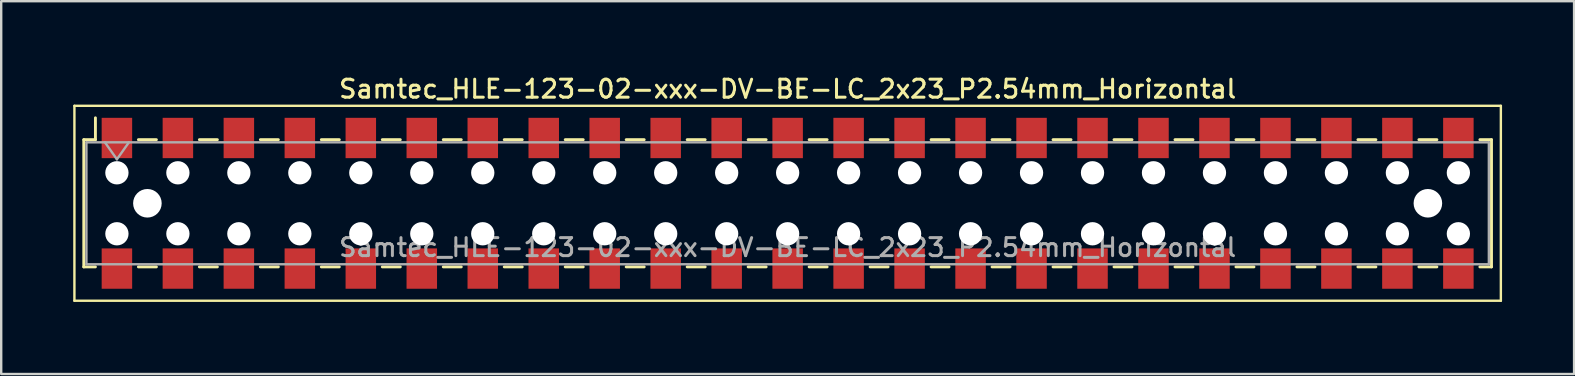
<source format=kicad_pcb>
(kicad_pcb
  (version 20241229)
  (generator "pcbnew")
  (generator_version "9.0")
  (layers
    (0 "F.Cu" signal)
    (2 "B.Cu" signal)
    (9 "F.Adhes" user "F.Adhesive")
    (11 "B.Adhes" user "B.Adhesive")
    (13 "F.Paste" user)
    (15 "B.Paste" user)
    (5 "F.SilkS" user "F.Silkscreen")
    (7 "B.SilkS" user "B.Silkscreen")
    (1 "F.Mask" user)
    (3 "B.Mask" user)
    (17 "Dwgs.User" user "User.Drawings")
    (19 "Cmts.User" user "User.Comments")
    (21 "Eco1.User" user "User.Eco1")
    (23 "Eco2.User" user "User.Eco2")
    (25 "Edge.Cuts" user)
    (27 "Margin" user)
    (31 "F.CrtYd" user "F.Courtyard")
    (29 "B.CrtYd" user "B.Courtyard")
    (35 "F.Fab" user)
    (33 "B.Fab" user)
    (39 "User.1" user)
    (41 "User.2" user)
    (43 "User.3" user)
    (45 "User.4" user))
  (footprint "Samtec_HLE-123-02-xxx-DV-BE-LC_2x23_P2.54mm_Horizontal"
    (layer "F.Cu")
    (at 29.76 5.418)
    (property "Reference" "Samtec_HLE-123-02-xxx-DV-BE-LC_2x23_P2.54mm_Horizontal" (at 0 -4.76 0) (layer "F.SilkS") (effects (font (size 0.75 0.75) (thickness 0.125))))
    (attr smd)
    (fp_line (start -29.71 -4.06) (end 29.71 -4.06) (stroke (width 0.1) (type solid)) (layer "F.SilkS"))
    (fp_line (start -29.71 4.06) (end -29.71 -4.06) (stroke (width 0.1) (type solid)) (layer "F.SilkS"))
    (fp_line (start -29.32 -2.65) (end -29.32 2.65) (stroke (width 0.12) (type solid)) (layer "F.SilkS"))
    (fp_line (start -29.32 2.65) (end -28.835 2.65) (stroke (width 0.12) (type solid)) (layer "F.SilkS"))
    (fp_line (start -28.835 -3.56) (end -28.835 -2.65) (stroke (width 0.12) (type solid)) (layer "F.SilkS"))
    (fp_line (start -28.835 -2.65) (end -29.32 -2.65) (stroke (width 0.12) (type solid)) (layer "F.SilkS"))
    (fp_line (start -27.045 -2.65) (end -26.295 -2.65) (stroke (width 0.12) (type solid)) (layer "F.SilkS"))
    (fp_line (start -27.045 2.65) (end -26.295 2.65) (stroke (width 0.12) (type solid)) (layer "F.SilkS"))
    (fp_line (start -24.505 -2.65) (end -23.755 -2.65) (stroke (width 0.12) (type solid)) (layer "F.SilkS"))
    (fp_line (start -24.505 2.65) (end -23.755 2.65) (stroke (width 0.12) (type solid)) (layer "F.SilkS"))
    (fp_line (start -21.965 -2.65) (end -21.215 -2.65) (stroke (width 0.12) (type solid)) (layer "F.SilkS"))
    (fp_line (start -21.965 2.65) (end -21.215 2.65) (stroke (width 0.12) (type solid)) (layer "F.SilkS"))
    (fp_line (start -19.425 -2.65) (end -18.675 -2.65) (stroke (width 0.12) (type solid)) (layer "F.SilkS"))
    (fp_line (start -19.425 2.65) (end -18.675 2.65) (stroke (width 0.12) (type solid)) (layer "F.SilkS"))
    (fp_line (start -16.885 -2.65) (end -16.135 -2.65) (stroke (width 0.12) (type solid)) (layer "F.SilkS"))
    (fp_line (start -16.885 2.65) (end -16.135 2.65) (stroke (width 0.12) (type solid)) (layer "F.SilkS"))
    (fp_line (start -14.345 -2.65) (end -13.595 -2.65) (stroke (width 0.12) (type solid)) (layer "F.SilkS"))
    (fp_line (start -14.345 2.65) (end -13.595 2.65) (stroke (width 0.12) (type solid)) (layer "F.SilkS"))
    (fp_line (start -11.805 -2.65) (end -11.055 -2.65) (stroke (width 0.12) (type solid)) (layer "F.SilkS"))
    (fp_line (start -11.805 2.65) (end -11.055 2.65) (stroke (width 0.12) (type solid)) (layer "F.SilkS"))
    (fp_line (start -9.265 -2.65) (end -8.515 -2.65) (stroke (width 0.12) (type solid)) (layer "F.SilkS"))
    (fp_line (start -9.265 2.65) (end -8.515 2.65) (stroke (width 0.12) (type solid)) (layer "F.SilkS"))
    (fp_line (start -6.725 -2.65) (end -5.975 -2.65) (stroke (width 0.12) (type solid)) (layer "F.SilkS"))
    (fp_line (start -6.725 2.65) (end -5.975 2.65) (stroke (width 0.12) (type solid)) (layer "F.SilkS"))
    (fp_line (start -4.185 -2.65) (end -3.435 -2.65) (stroke (width 0.12) (type solid)) (layer "F.SilkS"))
    (fp_line (start -4.185 2.65) (end -3.435 2.65) (stroke (width 0.12) (type solid)) (layer "F.SilkS"))
    (fp_line (start -1.645 -2.65) (end -0.895 -2.65) (stroke (width 0.12) (type solid)) (layer "F.SilkS"))
    (fp_line (start -1.645 2.65) (end -0.895 2.65) (stroke (width 0.12) (type solid)) (layer "F.SilkS"))
    (fp_line (start 0.895 -2.65) (end 1.645 -2.65) (stroke (width 0.12) (type solid)) (layer "F.SilkS"))
    (fp_line (start 0.895 2.65) (end 1.645 2.65) (stroke (width 0.12) (type solid)) (layer "F.SilkS"))
    (fp_line (start 3.435 -2.65) (end 4.185 -2.65) (stroke (width 0.12) (type solid)) (layer "F.SilkS"))
    (fp_line (start 3.435 2.65) (end 4.185 2.65) (stroke (width 0.12) (type solid)) (layer "F.SilkS"))
    (fp_line (start 5.975 -2.65) (end 6.725 -2.65) (stroke (width 0.12) (type solid)) (layer "F.SilkS"))
    (fp_line (start 5.975 2.65) (end 6.725 2.65) (stroke (width 0.12) (type solid)) (layer "F.SilkS"))
    (fp_line (start 8.515 -2.65) (end 9.265 -2.65) (stroke (width 0.12) (type solid)) (layer "F.SilkS"))
    (fp_line (start 8.515 2.65) (end 9.265 2.65) (stroke (width 0.12) (type solid)) (layer "F.SilkS"))
    (fp_line (start 11.055 -2.65) (end 11.805 -2.65) (stroke (width 0.12) (type solid)) (layer "F.SilkS"))
    (fp_line (start 11.055 2.65) (end 11.805 2.65) (stroke (width 0.12) (type solid)) (layer "F.SilkS"))
    (fp_line (start 13.595 -2.65) (end 14.345 -2.65) (stroke (width 0.12) (type solid)) (layer "F.SilkS"))
    (fp_line (start 13.595 2.65) (end 14.345 2.65) (stroke (width 0.12) (type solid)) (layer "F.SilkS"))
    (fp_line (start 16.135 -2.65) (end 16.885 -2.65) (stroke (width 0.12) (type solid)) (layer "F.SilkS"))
    (fp_line (start 16.135 2.65) (end 16.885 2.65) (stroke (width 0.12) (type solid)) (layer "F.SilkS"))
    (fp_line (start 18.675 -2.65) (end 19.425 -2.65) (stroke (width 0.12) (type solid)) (layer "F.SilkS"))
    (fp_line (start 18.675 2.65) (end 19.425 2.65) (stroke (width 0.12) (type solid)) (layer "F.SilkS"))
    (fp_line (start 21.215 -2.65) (end 21.965 -2.65) (stroke (width 0.12) (type solid)) (layer "F.SilkS"))
    (fp_line (start 21.215 2.65) (end 21.965 2.65) (stroke (width 0.12) (type solid)) (layer "F.SilkS"))
    (fp_line (start 23.755 -2.65) (end 24.505 -2.65) (stroke (width 0.12) (type solid)) (layer "F.SilkS"))
    (fp_line (start 23.755 2.65) (end 24.505 2.65) (stroke (width 0.12) (type solid)) (layer "F.SilkS"))
    (fp_line (start 26.295 -2.65) (end 27.045 -2.65) (stroke (width 0.12) (type solid)) (layer "F.SilkS"))
    (fp_line (start 26.295 2.65) (end 27.045 2.65) (stroke (width 0.12) (type solid)) (layer "F.SilkS"))
    (fp_line (start 28.835 -2.65) (end 29.32 -2.65) (stroke (width 0.12) (type solid)) (layer "F.SilkS"))
    (fp_line (start 29.32 -2.65) (end 29.32 2.65) (stroke (width 0.12) (type solid)) (layer "F.SilkS"))
    (fp_line (start 29.32 2.65) (end 28.835 2.65) (stroke (width 0.12) (type solid)) (layer "F.SilkS"))
    (fp_line (start 29.71 -4.06) (end 29.71 4.06) (stroke (width 0.1) (type solid)) (layer "F.SilkS"))
    (fp_line (start 29.71 4.06) (end -29.71 4.06) (stroke (width 0.1) (type solid)) (layer "F.SilkS"))
    (fp_line (start -29.21 -2.54) (end 29.21 -2.54) (stroke (width 0.1) (type solid)) (layer "F.Fab"))
    (fp_line (start -29.21 2.54) (end -29.21 -2.54) (stroke (width 0.1) (type solid)) (layer "F.Fab"))
    (fp_line (start -28.44 -2.54) (end -27.94 -1.833) (stroke (width 0.1) (type solid)) (layer "F.Fab"))
    (fp_line (start -27.94 -1.833) (end -27.44 -2.54) (stroke (width 0.1) (type solid)) (layer "F.Fab"))
    (fp_line (start 29.21 -2.54) (end 29.21 2.54) (stroke (width 0.1) (type solid)) (layer "F.Fab"))
    (fp_line (start 29.21 2.54) (end -29.21 2.54) (stroke (width 0.1) (type solid)) (layer "F.Fab"))
    (fp_text user "${REFERENCE}" (at 0 1.84 0) (layer "F.Fab") (effects (font (size 0.75 0.75) (thickness 0.125))))
    (pad "" np_thru_hole circle (at -27.94 -1.27) (size 0.97 0.97) (drill 0.97) (layers "*.Cu" "*.Mask"))
    (pad "" np_thru_hole circle (at -27.94 1.27) (size 0.97 0.97) (drill 0.97) (layers "*.Cu" "*.Mask"))
    (pad "" np_thru_hole circle (at -26.67 0) (size 1.19 1.19) (drill 1.19) (layers "*.Cu" "*.Mask"))
    (pad "" np_thru_hole circle (at -25.4 -1.27) (size 0.97 0.97) (drill 0.97) (layers "*.Cu" "*.Mask"))
    (pad "" np_thru_hole circle (at -25.4 1.27) (size 0.97 0.97) (drill 0.97) (layers "*.Cu" "*.Mask"))
    (pad "" np_thru_hole circle (at -22.86 -1.27) (size 0.97 0.97) (drill 0.97) (layers "*.Cu" "*.Mask"))
    (pad "" np_thru_hole circle (at -22.86 1.27) (size 0.97 0.97) (drill 0.97) (layers "*.Cu" "*.Mask"))
    (pad "" np_thru_hole circle (at -20.32 -1.27) (size 0.97 0.97) (drill 0.97) (layers "*.Cu" "*.Mask"))
    (pad "" np_thru_hole circle (at -20.32 1.27) (size 0.97 0.97) (drill 0.97) (layers "*.Cu" "*.Mask"))
    (pad "" np_thru_hole circle (at -17.78 -1.27) (size 0.97 0.97) (drill 0.97) (layers "*.Cu" "*.Mask"))
    (pad "" np_thru_hole circle (at -17.78 1.27) (size 0.97 0.97) (drill 0.97) (layers "*.Cu" "*.Mask"))
    (pad "" np_thru_hole circle (at -15.24 -1.27) (size 0.97 0.97) (drill 0.97) (layers "*.Cu" "*.Mask"))
    (pad "" np_thru_hole circle (at -15.24 1.27) (size 0.97 0.97) (drill 0.97) (layers "*.Cu" "*.Mask"))
    (pad "" np_thru_hole circle (at -12.7 -1.27) (size 0.97 0.97) (drill 0.97) (layers "*.Cu" "*.Mask"))
    (pad "" np_thru_hole circle (at -12.7 1.27) (size 0.97 0.97) (drill 0.97) (layers "*.Cu" "*.Mask"))
    (pad "" np_thru_hole circle (at -10.16 -1.27) (size 0.97 0.97) (drill 0.97) (layers "*.Cu" "*.Mask"))
    (pad "" np_thru_hole circle (at -10.16 1.27) (size 0.97 0.97) (drill 0.97) (layers "*.Cu" "*.Mask"))
    (pad "" np_thru_hole circle (at -7.62 -1.27) (size 0.97 0.97) (drill 0.97) (layers "*.Cu" "*.Mask"))
    (pad "" np_thru_hole circle (at -7.62 1.27) (size 0.97 0.97) (drill 0.97) (layers "*.Cu" "*.Mask"))
    (pad "" np_thru_hole circle (at -5.08 -1.27) (size 0.97 0.97) (drill 0.97) (layers "*.Cu" "*.Mask"))
    (pad "" np_thru_hole circle (at -5.08 1.27) (size 0.97 0.97) (drill 0.97) (layers "*.Cu" "*.Mask"))
    (pad "" np_thru_hole circle (at -2.54 -1.27) (size 0.97 0.97) (drill 0.97) (layers "*.Cu" "*.Mask"))
    (pad "" np_thru_hole circle (at -2.54 1.27) (size 0.97 0.97) (drill 0.97) (layers "*.Cu" "*.Mask"))
    (pad "" np_thru_hole circle (at 0 -1.27) (size 0.97 0.97) (drill 0.97) (layers "*.Cu" "*.Mask"))
    (pad "" np_thru_hole circle (at 0 1.27) (size 0.97 0.97) (drill 0.97) (layers "*.Cu" "*.Mask"))
    (pad "" np_thru_hole circle (at 2.54 -1.27) (size 0.97 0.97) (drill 0.97) (layers "*.Cu" "*.Mask"))
    (pad "" np_thru_hole circle (at 2.54 1.27) (size 0.97 0.97) (drill 0.97) (layers "*.Cu" "*.Mask"))
    (pad "" np_thru_hole circle (at 5.08 -1.27) (size 0.97 0.97) (drill 0.97) (layers "*.Cu" "*.Mask"))
    (pad "" np_thru_hole circle (at 5.08 1.27) (size 0.97 0.97) (drill 0.97) (layers "*.Cu" "*.Mask"))
    (pad "" np_thru_hole circle (at 7.62 -1.27) (size 0.97 0.97) (drill 0.97) (layers "*.Cu" "*.Mask"))
    (pad "" np_thru_hole circle (at 7.62 1.27) (size 0.97 0.97) (drill 0.97) (layers "*.Cu" "*.Mask"))
    (pad "" np_thru_hole circle (at 10.16 -1.27) (size 0.97 0.97) (drill 0.97) (layers "*.Cu" "*.Mask"))
    (pad "" np_thru_hole circle (at 10.16 1.27) (size 0.97 0.97) (drill 0.97) (layers "*.Cu" "*.Mask"))
    (pad "" np_thru_hole circle (at 12.7 -1.27) (size 0.97 0.97) (drill 0.97) (layers "*.Cu" "*.Mask"))
    (pad "" np_thru_hole circle (at 12.7 1.27) (size 0.97 0.97) (drill 0.97) (layers "*.Cu" "*.Mask"))
    (pad "" np_thru_hole circle (at 15.24 -1.27) (size 0.97 0.97) (drill 0.97) (layers "*.Cu" "*.Mask"))
    (pad "" np_thru_hole circle (at 15.24 1.27) (size 0.97 0.97) (drill 0.97) (layers "*.Cu" "*.Mask"))
    (pad "" np_thru_hole circle (at 17.78 -1.27) (size 0.97 0.97) (drill 0.97) (layers "*.Cu" "*.Mask"))
    (pad "" np_thru_hole circle (at 17.78 1.27) (size 0.97 0.97) (drill 0.97) (layers "*.Cu" "*.Mask"))
    (pad "" np_thru_hole circle (at 20.32 -1.27) (size 0.97 0.97) (drill 0.97) (layers "*.Cu" "*.Mask"))
    (pad "" np_thru_hole circle (at 20.32 1.27) (size 0.97 0.97) (drill 0.97) (layers "*.Cu" "*.Mask"))
    (pad "" np_thru_hole circle (at 22.86 -1.27) (size 0.97 0.97) (drill 0.97) (layers "*.Cu" "*.Mask"))
    (pad "" np_thru_hole circle (at 22.86 1.27) (size 0.97 0.97) (drill 0.97) (layers "*.Cu" "*.Mask"))
    (pad "" np_thru_hole circle (at 25.4 -1.27) (size 0.97 0.97) (drill 0.97) (layers "*.Cu" "*.Mask"))
    (pad "" np_thru_hole circle (at 25.4 1.27) (size 0.97 0.97) (drill 0.97) (layers "*.Cu" "*.Mask"))
    (pad "" np_thru_hole circle (at 26.67 0) (size 1.19 1.19) (drill 1.19) (layers "*.Cu" "*.Mask"))
    (pad "" np_thru_hole circle (at 27.94 -1.27) (size 0.97 0.97) (drill 0.97) (layers "*.Cu" "*.Mask"))
    (pad "" np_thru_hole circle (at 27.94 1.27) (size 0.97 0.97) (drill 0.97) (layers "*.Cu" "*.Mask"))
    (pad "1" smd rect (at -27.94 -2.72) (size 1.27 1.68) (layers "F.Cu" "F.Mask" "F.Paste"))
    (pad "2" smd rect (at -27.94 2.72) (size 1.27 1.68) (layers "F.Cu" "F.Mask" "F.Paste"))
    (pad "3" smd rect (at -25.4 -2.72) (size 1.27 1.68) (layers "F.Cu" "F.Mask" "F.Paste"))
    (pad "4" smd rect (at -25.4 2.72) (size 1.27 1.68) (layers "F.Cu" "F.Mask" "F.Paste"))
    (pad "5" smd rect (at -22.86 -2.72) (size 1.27 1.68) (layers "F.Cu" "F.Mask" "F.Paste"))
    (pad "6" smd rect (at -22.86 2.72) (size 1.27 1.68) (layers "F.Cu" "F.Mask" "F.Paste"))
    (pad "7" smd rect (at -20.32 -2.72) (size 1.27 1.68) (layers "F.Cu" "F.Mask" "F.Paste"))
    (pad "8" smd rect (at -20.32 2.72) (size 1.27 1.68) (layers "F.Cu" "F.Mask" "F.Paste"))
    (pad "9" smd rect (at -17.78 -2.72) (size 1.27 1.68) (layers "F.Cu" "F.Mask" "F.Paste"))
    (pad "10" smd rect (at -17.78 2.72) (size 1.27 1.68) (layers "F.Cu" "F.Mask" "F.Paste"))
    (pad "11" smd rect (at -15.24 -2.72) (size 1.27 1.68) (layers "F.Cu" "F.Mask" "F.Paste"))
    (pad "12" smd rect (at -15.24 2.72) (size 1.27 1.68) (layers "F.Cu" "F.Mask" "F.Paste"))
    (pad "13" smd rect (at -12.7 -2.72) (size 1.27 1.68) (layers "F.Cu" "F.Mask" "F.Paste"))
    (pad "14" smd rect (at -12.7 2.72) (size 1.27 1.68) (layers "F.Cu" "F.Mask" "F.Paste"))
    (pad "15" smd rect (at -10.16 -2.72) (size 1.27 1.68) (layers "F.Cu" "F.Mask" "F.Paste"))
    (pad "16" smd rect (at -10.16 2.72) (size 1.27 1.68) (layers "F.Cu" "F.Mask" "F.Paste"))
    (pad "17" smd rect (at -7.62 -2.72) (size 1.27 1.68) (layers "F.Cu" "F.Mask" "F.Paste"))
    (pad "18" smd rect (at -7.62 2.72) (size 1.27 1.68) (layers "F.Cu" "F.Mask" "F.Paste"))
    (pad "19" smd rect (at -5.08 -2.72) (size 1.27 1.68) (layers "F.Cu" "F.Mask" "F.Paste"))
    (pad "20" smd rect (at -5.08 2.72) (size 1.27 1.68) (layers "F.Cu" "F.Mask" "F.Paste"))
    (pad "21" smd rect (at -2.54 -2.72) (size 1.27 1.68) (layers "F.Cu" "F.Mask" "F.Paste"))
    (pad "22" smd rect (at -2.54 2.72) (size 1.27 1.68) (layers "F.Cu" "F.Mask" "F.Paste"))
    (pad "23" smd rect (at 0 -2.72) (size 1.27 1.68) (layers "F.Cu" "F.Mask" "F.Paste"))
    (pad "24" smd rect (at 0 2.72) (size 1.27 1.68) (layers "F.Cu" "F.Mask" "F.Paste"))
    (pad "25" smd rect (at 2.54 -2.72) (size 1.27 1.68) (layers "F.Cu" "F.Mask" "F.Paste"))
    (pad "26" smd rect (at 2.54 2.72) (size 1.27 1.68) (layers "F.Cu" "F.Mask" "F.Paste"))
    (pad "27" smd rect (at 5.08 -2.72) (size 1.27 1.68) (layers "F.Cu" "F.Mask" "F.Paste"))
    (pad "28" smd rect (at 5.08 2.72) (size 1.27 1.68) (layers "F.Cu" "F.Mask" "F.Paste"))
    (pad "29" smd rect (at 7.62 -2.72) (size 1.27 1.68) (layers "F.Cu" "F.Mask" "F.Paste"))
    (pad "30" smd rect (at 7.62 2.72) (size 1.27 1.68) (layers "F.Cu" "F.Mask" "F.Paste"))
    (pad "31" smd rect (at 10.16 -2.72) (size 1.27 1.68) (layers "F.Cu" "F.Mask" "F.Paste"))
    (pad "32" smd rect (at 10.16 2.72) (size 1.27 1.68) (layers "F.Cu" "F.Mask" "F.Paste"))
    (pad "33" smd rect (at 12.7 -2.72) (size 1.27 1.68) (layers "F.Cu" "F.Mask" "F.Paste"))
    (pad "34" smd rect (at 12.7 2.72) (size 1.27 1.68) (layers "F.Cu" "F.Mask" "F.Paste"))
    (pad "35" smd rect (at 15.24 -2.72) (size 1.27 1.68) (layers "F.Cu" "F.Mask" "F.Paste"))
    (pad "36" smd rect (at 15.24 2.72) (size 1.27 1.68) (layers "F.Cu" "F.Mask" "F.Paste"))
    (pad "37" smd rect (at 17.78 -2.72) (size 1.27 1.68) (layers "F.Cu" "F.Mask" "F.Paste"))
    (pad "38" smd rect (at 17.78 2.72) (size 1.27 1.68) (layers "F.Cu" "F.Mask" "F.Paste"))
    (pad "39" smd rect (at 20.32 -2.72) (size 1.27 1.68) (layers "F.Cu" "F.Mask" "F.Paste"))
    (pad "40" smd rect (at 20.32 2.72) (size 1.27 1.68) (layers "F.Cu" "F.Mask" "F.Paste"))
    (pad "41" smd rect (at 22.86 -2.72) (size 1.27 1.68) (layers "F.Cu" "F.Mask" "F.Paste"))
    (pad "42" smd rect (at 22.86 2.72) (size 1.27 1.68) (layers "F.Cu" "F.Mask" "F.Paste"))
    (pad "43" smd rect (at 25.4 -2.72) (size 1.27 1.68) (layers "F.Cu" "F.Mask" "F.Paste"))
    (pad "44" smd rect (at 25.4 2.72) (size 1.27 1.68) (layers "F.Cu" "F.Mask" "F.Paste"))
    (pad "45" smd rect (at 27.94 -2.72) (size 1.27 1.68) (layers "F.Cu" "F.Mask" "F.Paste"))
    (pad "46" smd rect (at 27.94 2.72) (size 1.27 1.68) (layers "F.Cu" "F.Mask" "F.Paste")))
  (gr_rect
    (start -3 -3)
    (end 62.52 12.528)
    (stroke (width 0.1) (type default))
    (fill no)
    (layer "Edge.Cuts")))
</source>
